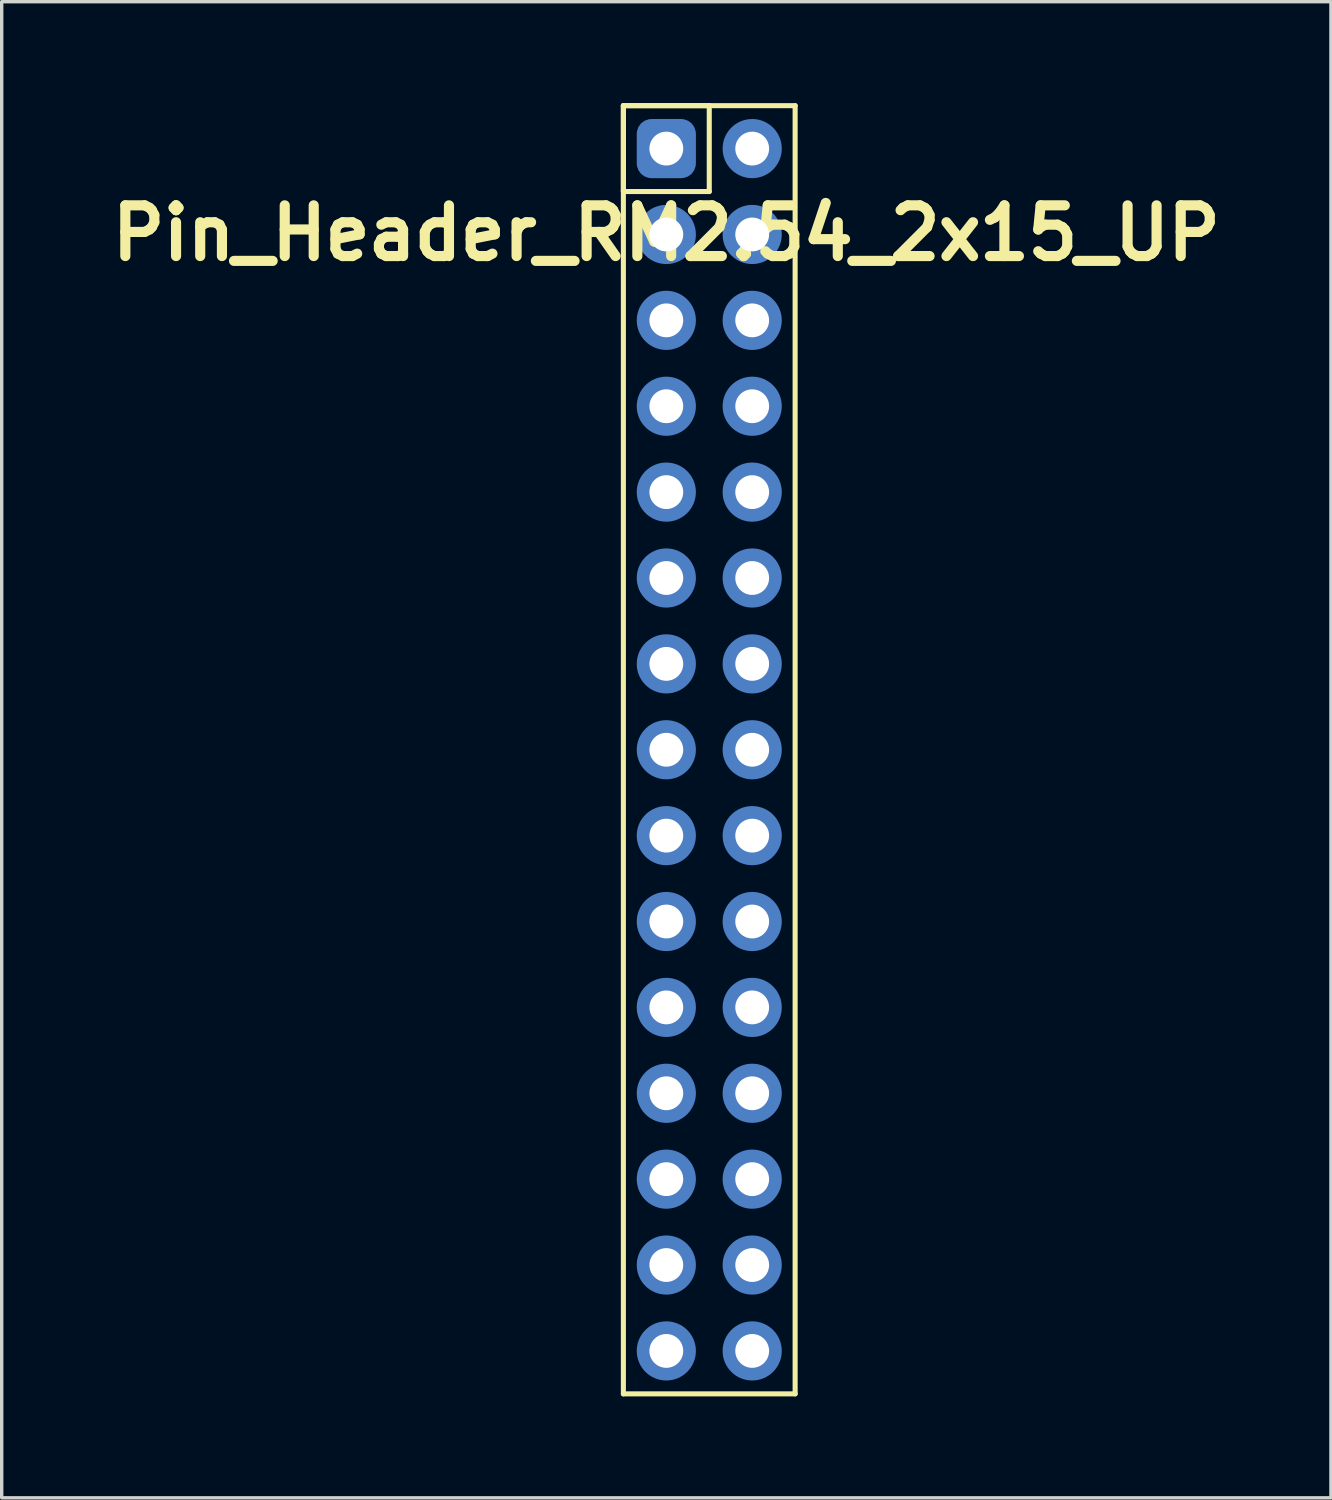
<source format=kicad_pcb>
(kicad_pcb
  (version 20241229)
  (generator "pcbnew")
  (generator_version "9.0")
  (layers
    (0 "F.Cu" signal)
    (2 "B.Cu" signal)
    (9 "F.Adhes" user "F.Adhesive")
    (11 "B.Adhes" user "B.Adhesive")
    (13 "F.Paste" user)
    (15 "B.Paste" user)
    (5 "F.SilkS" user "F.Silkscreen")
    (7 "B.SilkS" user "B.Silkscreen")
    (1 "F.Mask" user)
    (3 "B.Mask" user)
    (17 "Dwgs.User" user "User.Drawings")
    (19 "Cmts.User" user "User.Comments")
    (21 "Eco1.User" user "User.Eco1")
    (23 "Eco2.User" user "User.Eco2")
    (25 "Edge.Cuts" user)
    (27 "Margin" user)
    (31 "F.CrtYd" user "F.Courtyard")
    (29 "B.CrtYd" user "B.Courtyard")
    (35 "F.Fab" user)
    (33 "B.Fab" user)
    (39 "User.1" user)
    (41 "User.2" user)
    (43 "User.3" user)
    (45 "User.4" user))
  (footprint "Pin_Header_RM2.54_2x15_UP"
    (layer "F.Cu")
    (at 16.657 1.345)
    (property "Reference" "Pin_Header_RM2.54_2x15_UP" (at 0 2.5 0) (layer "F.SilkS") (effects (font (size 1.5 1.5) (thickness 0.3))))
    (attr through_hole)
    (fp_line (start -1.27 -1.27) (end 1.27 -1.27) (stroke (width 0.15) (type solid)) (layer "F.SilkS"))
    (fp_line (start -1.27 -1.27) (end 3.81 -1.27) (stroke (width 0.15) (type solid)) (layer "F.SilkS"))
    (fp_line (start -1.27 1.27) (end -1.27 -1.27) (stroke (width 0.15) (type solid)) (layer "F.SilkS"))
    (fp_line (start -1.27 36.83) (end -1.27 -1.27) (stroke (width 0.15) (type solid)) (layer "F.SilkS"))
    (fp_line (start 1.27 -1.27) (end 1.27 1.27) (stroke (width 0.15) (type solid)) (layer "F.SilkS"))
    (fp_line (start 1.27 1.27) (end -1.27 1.27) (stroke (width 0.15) (type solid)) (layer "F.SilkS"))
    (fp_line (start 3.81 -1.27) (end 3.81 36.83) (stroke (width 0.15) (type solid)) (layer "F.SilkS"))
    (fp_line (start 3.81 36.83) (end -1.27 36.83) (stroke (width 0.15) (type solid)) (layer "F.SilkS"))
    (pad "1" thru_hole circle (at 0 0) (size 1.3 1.3) (drill 1) (layers "*.Cu" "*.Mask"))
    (pad "1" smd roundrect (at 0 0) (size 1.75 1.75) (layers "B.Cu" "B.Mask") (roundrect_rratio 0.25))
    (pad "2" thru_hole circle (at 2.54 0) (size 1.3 1.3) (drill 1) (layers "*.Cu" "*.Mask"))
    (pad "2" smd circle (at 2.54 0) (size 1.75 1.75) (layers "B.Cu" "B.Mask"))
    (pad "3" thru_hole circle (at 0 2.54) (size 1.3 1.3) (drill 1) (layers "*.Cu" "*.Mask"))
    (pad "3" smd circle (at 0 2.54) (size 1.75 1.75) (layers "B.Cu" "B.Mask"))
    (pad "4" thru_hole circle (at 2.54 2.54) (size 1.3 1.3) (drill 1) (layers "*.Cu" "*.Mask"))
    (pad "4" smd circle (at 2.54 2.54) (size 1.75 1.75) (layers "B.Cu" "B.Mask"))
    (pad "5" thru_hole circle (at 0 5.08) (size 1.3 1.3) (drill 1) (layers "*.Cu" "*.Mask"))
    (pad "5" smd circle (at 0 5.08) (size 1.75 1.75) (layers "B.Cu" "B.Mask"))
    (pad "6" thru_hole circle (at 2.54 5.08) (size 1.3 1.3) (drill 1) (layers "*.Cu" "*.Mask"))
    (pad "6" smd circle (at 2.54 5.08) (size 1.75 1.75) (layers "B.Cu" "B.Mask"))
    (pad "7" thru_hole circle (at 0 7.62) (size 1.3 1.3) (drill 1) (layers "*.Cu" "*.Mask"))
    (pad "7" smd circle (at 0 7.62) (size 1.75 1.75) (layers "B.Cu" "B.Mask"))
    (pad "8" thru_hole circle (at 2.54 7.62) (size 1.3 1.3) (drill 1) (layers "*.Cu" "*.Mask"))
    (pad "8" smd circle (at 2.54 7.62) (size 1.75 1.75) (layers "B.Cu" "B.Mask"))
    (pad "9" thru_hole circle (at 0 10.16) (size 1.3 1.3) (drill 1) (layers "*.Cu" "*.Mask"))
    (pad "9" smd circle (at 0 10.16) (size 1.75 1.75) (layers "B.Cu" "B.Mask"))
    (pad "10" thru_hole circle (at 2.54 10.16) (size 1.3 1.3) (drill 1) (layers "*.Cu" "*.Mask"))
    (pad "10" smd circle (at 2.54 10.16) (size 1.75 1.75) (layers "B.Cu" "B.Mask"))
    (pad "11" thru_hole circle (at 0 12.7) (size 1.3 1.3) (drill 1) (layers "*.Cu" "*.Mask"))
    (pad "11" smd circle (at 0 12.7) (size 1.75 1.75) (layers "B.Cu" "B.Mask"))
    (pad "12" thru_hole circle (at 2.54 12.7) (size 1.3 1.3) (drill 1) (layers "*.Cu" "*.Mask"))
    (pad "12" smd circle (at 2.54 12.7) (size 1.75 1.75) (layers "B.Cu" "B.Mask"))
    (pad "13" thru_hole circle (at 0 15.24) (size 1.3 1.3) (drill 1) (layers "*.Cu" "*.Mask"))
    (pad "13" smd circle (at 0 15.24) (size 1.75 1.75) (layers "B.Cu" "B.Mask"))
    (pad "14" thru_hole circle (at 2.54 15.24) (size 1.3 1.3) (drill 1) (layers "*.Cu" "*.Mask"))
    (pad "14" smd circle (at 2.54 15.24) (size 1.75 1.75) (layers "B.Cu" "B.Mask"))
    (pad "15" thru_hole circle (at 0 17.78) (size 1.3 1.3) (drill 1) (layers "*.Cu" "*.Mask"))
    (pad "15" smd circle (at 0 17.78) (size 1.75 1.75) (layers "B.Cu" "B.Mask"))
    (pad "16" thru_hole circle (at 2.54 17.78) (size 1.3 1.3) (drill 1) (layers "*.Cu" "*.Mask"))
    (pad "16" smd circle (at 2.54 17.78) (size 1.75 1.75) (layers "B.Cu" "B.Mask"))
    (pad "17" thru_hole circle (at 0 20.32) (size 1.3 1.3) (drill 1) (layers "*.Cu" "*.Mask"))
    (pad "17" smd circle (at 0 20.32) (size 1.75 1.75) (layers "B.Cu" "B.Mask"))
    (pad "18" thru_hole circle (at 2.54 20.32) (size 1.3 1.3) (drill 1) (layers "*.Cu" "*.Mask"))
    (pad "18" smd circle (at 2.54 20.32) (size 1.75 1.75) (layers "B.Cu" "B.Mask"))
    (pad "19" thru_hole circle (at 0 22.86) (size 1.3 1.3) (drill 1) (layers "*.Cu" "*.Mask"))
    (pad "19" smd circle (at 0 22.86) (size 1.75 1.75) (layers "B.Cu" "B.Mask"))
    (pad "20" thru_hole circle (at 2.54 22.86) (size 1.3 1.3) (drill 1) (layers "*.Cu" "*.Mask"))
    (pad "20" smd circle (at 2.54 22.86) (size 1.75 1.75) (layers "B.Cu" "B.Mask"))
    (pad "21" thru_hole circle (at 0 25.4) (size 1.3 1.3) (drill 1) (layers "*.Cu" "*.Mask"))
    (pad "21" smd circle (at 0 25.4) (size 1.75 1.75) (layers "B.Cu" "B.Mask"))
    (pad "22" thru_hole circle (at 2.54 25.4) (size 1.3 1.3) (drill 1) (layers "*.Cu" "*.Mask"))
    (pad "22" smd circle (at 2.54 25.4) (size 1.75 1.75) (layers "B.Cu" "B.Mask"))
    (pad "23" thru_hole circle (at 0 27.94) (size 1.3 1.3) (drill 1) (layers "*.Cu" "*.Mask"))
    (pad "23" smd circle (at 0 27.94) (size 1.75 1.75) (layers "B.Cu" "B.Mask"))
    (pad "24" thru_hole circle (at 2.54 27.94) (size 1.3 1.3) (drill 1) (layers "*.Cu" "*.Mask"))
    (pad "24" smd circle (at 2.54 27.94) (size 1.75 1.75) (layers "B.Cu" "B.Mask"))
    (pad "25" thru_hole circle (at 0 30.48) (size 1.3 1.3) (drill 1) (layers "*.Cu" "*.Mask"))
    (pad "25" smd circle (at 0 30.48) (size 1.75 1.75) (layers "B.Cu" "B.Mask"))
    (pad "26" thru_hole circle (at 2.54 30.48) (size 1.3 1.3) (drill 1) (layers "*.Cu" "*.Mask"))
    (pad "26" smd circle (at 2.54 30.48) (size 1.75 1.75) (layers "B.Cu" "B.Mask"))
    (pad "27" thru_hole circle (at 0 33.02) (size 1.3 1.3) (drill 1) (layers "*.Cu" "*.Mask"))
    (pad "27" smd circle (at 0 33.02) (size 1.75 1.75) (layers "B.Cu" "B.Mask"))
    (pad "28" thru_hole circle (at 2.54 33.02) (size 1.3 1.3) (drill 1) (layers "*.Cu" "*.Mask"))
    (pad "28" smd circle (at 2.54 33.02) (size 1.75 1.75) (layers "B.Cu" "B.Mask"))
    (pad "29" thru_hole circle (at 0 35.56) (size 1.3 1.3) (drill 1) (layers "*.Cu" "*.Mask"))
    (pad "29" smd circle (at 0 35.56) (size 1.75 1.75) (layers "B.Cu" "B.Mask"))
    (pad "30" thru_hole circle (at 2.54 35.56) (size 1.3 1.3) (drill 1) (layers "*.Cu" "*.Mask"))
    (pad "30" smd circle (at 2.54 35.56) (size 1.75 1.75) (layers "B.Cu" "B.Mask")))
  (gr_rect
    (start -3 -3)
    (end 36.314 41.25)
    (stroke (width 0.1) (type default))
    (fill no)
    (layer "Edge.Cuts")))
</source>
